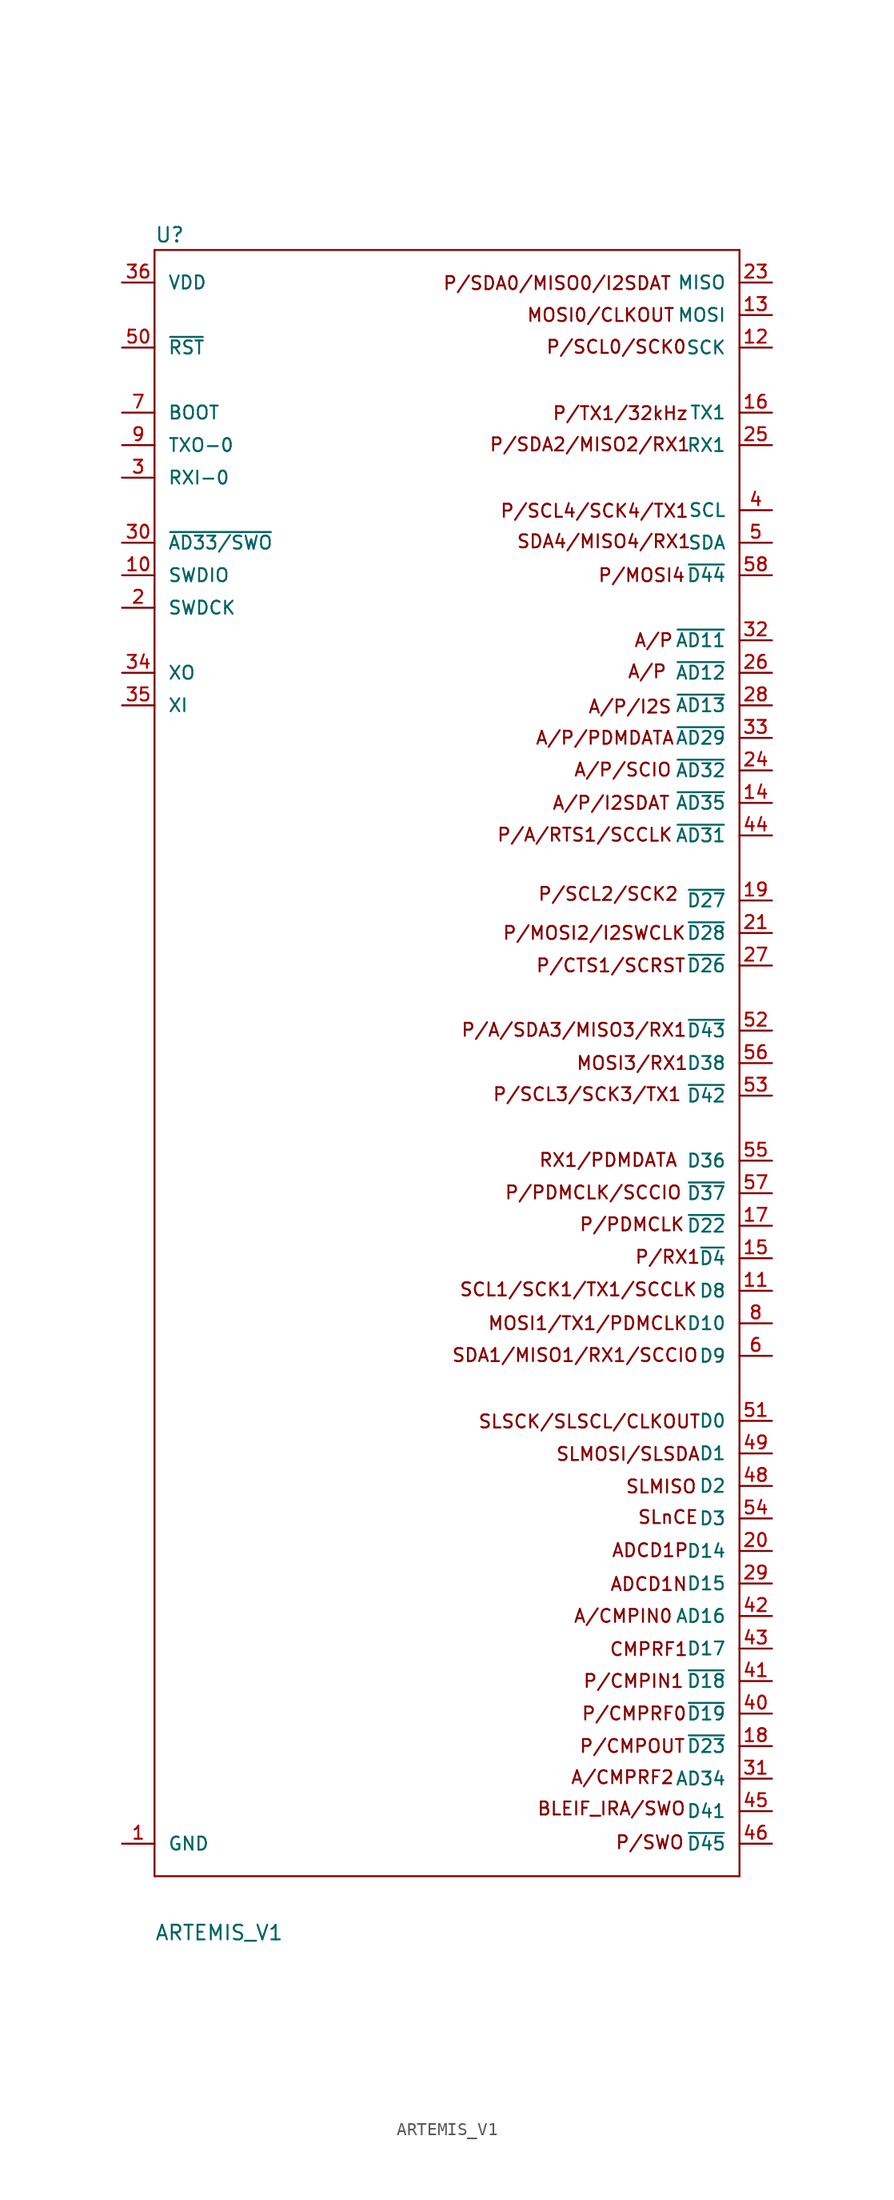
<source format=kicad_sym>
(kicad_symbol_lib
  (version 20201005)
  (generator kicad_symbol_editor)
  (symbol "ARTEMIS_V1"
    (pin_names
      (offset 1.016))
    (property "Reference" "U"
      (at -12.7 36.068 0)
      (effects (font (size 1.143 1.143)) (justify left bottom)))
    (property "Value" "ARTEMIS_V1"
      (at -12.7 -96.52 0)
      (effects (font (size 1.143 1.143)) (justify left bottom)))
    (property "ki_locked" ""
      (at 0 0 0)
      (effects (font (size 1.27 1.27))))
    (symbol "ARTEMIS_V1_1_0"
      (text "A/CMPIN0" (at 23.927 -71.12 0) (effects (font (size 1.016 1.016))))
      (text "A/CMPRF2" (at 23.876 -83.718 0) (effects (font (size 1.016 1.016))))
      (text "A/P" (at 25.806 2.642 0) (effects (font (size 1.016 1.016))))
      (text "A/P" (at 26.314 5.08 0) (effects (font (size 1.016 1.016))))
      (text "A/P/I2S" (at 24.46 -0.102 0) (effects (font (size 1.016 1.016))))
      (text "A/P/I2SDAT" (at 22.987 -7.62 0) (effects (font (size 1.016 1.016))))
      (text "A/P/PDMDATA" (at 22.504 -2.54 0) (effects (font (size 1.016 1.016))))
      (text "A/P/SCIO" (at 23.901 -5.029 0) (effects (font (size 1.016 1.016))))
      (text "ADCD1N" (at 25.933 -68.631 0) (effects (font (size 1.016 1.016))))
      (text "ADCD1P" (at 26.035 -65.989 0) (effects (font (size 1.016 1.016))))
      (text "BLEIF_IRA/SWO" (at 23.012 -86.157 0) (effects (font (size 1.016 1.016))))
      (text "CMPRF1" (at 25.933 -73.711 0) (effects (font (size 1.016 1.016))))
      (text "MOSI0/CLKOUT" (at 22.174 30.48 0) (effects (font (size 1.016 1.016))))
      (text "MOSI1/TX1/PDMCLK" (at 21.158 -48.26 0) (effects (font (size 1.016 1.016))))
      (text "MOSI3/RX1" (at 24.638 -27.94 0) (effects (font (size 1.016 1.016))))
      (text "P/A/RTS1/SCCLK" (at 20.93 -10.109 0) (effects (font (size 1.016 1.016))))
      (text "P/A/SDA3/MISO3/RX1" (at 20.091 -25.349 0) (effects (font (size 1.016 1.016))))
      (text "P/CMPIN1" (at 24.74 -76.2 0) (effects (font (size 1.016 1.016))))
      (text "P/CMPOUT" (at 24.638 -81.28 0) (effects (font (size 1.016 1.016))))
      (text "P/CMPRF0" (at 24.79 -78.74 0) (effects (font (size 1.016 1.016))))
      (text "P/CTS1/SCRST" (at 22.962 -20.32 0) (effects (font (size 1.016 1.016))))
      (text "P/MOSI2/I2SWCLK" (at 21.666 -17.78 0) (effects (font (size 1.016 1.016))))
      (text "P/MOSI4" (at 25.375 10.16 0) (effects (font (size 1.016 1.016))))
      (text "P/PDMCLK" (at 24.613 -40.538 0) (effects (font (size 1.016 1.016))))
      (text "P/PDMCLK/SCCIO" (at 21.59 -38.049 0) (effects (font (size 1.016 1.016))))
      (text "P/RX1" (at 27.407 -43.078 0) (effects (font (size 1.016 1.016))))
      (text "P/SCL0/SCK0" (at 23.393 27.991 0) (effects (font (size 1.016 1.016))))
      (text "P/SCL2/SCK2" (at 22.758 -14.732 0) (effects (font (size 1.016 1.016))))
      (text "P/SCL3/SCK3/TX1" (at 21.107 -30.378 0) (effects (font (size 1.016 1.016))))
      (text "P/SCL4/SCK4/TX1" (at 21.692 15.189 0) (effects (font (size 1.016 1.016))))
      (text "P/SDA0/MISO0/I2SDAT" (at 18.771 32.969 0) (effects (font (size 1.016 1.016))))
      (text "P/SDA2/MISO2/RX1" (at 21.336 20.371 0) (effects (font (size 1.016 1.016))))
      (text "P/SWO" (at 26.01 -88.798 0) (effects (font (size 1.016 1.016))))
      (text "P/TX1/32kHz" (at 23.698 22.809 0) (effects (font (size 1.016 1.016))))
      (text "RX1/PDMDATA" (at 22.758 -35.509 0) (effects (font (size 1.016 1.016))))
      (text "SCL1/SCK1/TX1/SCCLK" (at 20.422 -45.618 0) (effects (font (size 1.016 1.016))))
      (text "SDA1/MISO1/RX1/SCCIO" (at 20.168 -50.749 0) (effects (font (size 1.016 1.016))))
      (text "SDA4/MISO4/RX1" (at 22.428 12.802 0) (effects (font (size 1.016 1.016))))
      (text "SLMISO" (at 26.899 -61.011 0) (effects (font (size 1.016 1.016))))
      (text "SLMOSI/SLSDA" (at 24.308 -58.471 0) (effects (font (size 1.016 1.016))))
      (text "SLnCE" (at 27.432 -63.398 0) (effects (font (size 1.016 1.016))))
      (text "SLSCK/SLSCL/CLKOUT" (at 21.285 -55.931 0) (effects (font (size 1.016 1.016))))
      (polyline (pts (xy -12.7 -91.44) (xy -12.7 35.56)) (stroke (width 0)) (fill (type none)))
      (polyline (pts (xy -12.7 35.56) (xy 33.02 35.56)) (stroke (width 0)) (fill (type none)))
      (polyline (pts (xy 33.02 -91.44) (xy -12.7 -91.44)) (stroke (width 0)) (fill (type none)))
      (polyline (pts (xy 33.02 35.56) (xy 33.02 -91.44)) (stroke (width 0)) (fill (type none))))
    (symbol "ARTEMIS_V1_1_1"
      (pin bidirectional line (at -15.24 -88.9 0) (length 2.54) (name "GND" (effects (font (size 1.016 1.016)))) (number "1" (effects (font (size 1.016 1.016)))))
      (pin bidirectional line (at -15.24 10.16 0) (length 2.54) (name "SWDIO" (effects (font (size 1.016 1.016)))) (number "10" (effects (font (size 1.016 1.016)))))
      (pin bidirectional line (at 35.56 -45.72 180) (length 2.54) (name "D8" (effects (font (size 1.016 1.016)))) (number "11" (effects (font (size 1.016 1.016)))))
      (pin bidirectional line (at 35.56 27.94 180) (length 2.54) (name "SCK" (effects (font (size 1.016 1.016)))) (number "12" (effects (font (size 1.016 1.016)))))
      (pin bidirectional line (at 35.56 30.48 180) (length 2.54) (name "MOSI" (effects (font (size 1.016 1.016)))) (number "13" (effects (font (size 1.016 1.016)))))
      (pin bidirectional line (at 35.56 -7.62 180) (length 2.54) (name "~AD35" (effects (font (size 1.016 1.016)))) (number "14" (effects (font (size 1.016 1.016)))))
      (pin bidirectional line (at 35.56 -43.18 180) (length 2.54) (name "~D4" (effects (font (size 1.016 1.016)))) (number "15" (effects (font (size 1.016 1.016)))))
      (pin bidirectional line (at 35.56 22.86 180) (length 2.54) (name "TX1" (effects (font (size 1.016 1.016)))) (number "16" (effects (font (size 1.016 1.016)))))
      (pin bidirectional line (at 35.56 -40.64 180) (length 2.54) (name "~D22" (effects (font (size 1.016 1.016)))) (number "17" (effects (font (size 1.016 1.016)))))
      (pin bidirectional line (at 35.56 -81.28 180) (length 2.54) (name "~D23" (effects (font (size 1.016 1.016)))) (number "18" (effects (font (size 1.016 1.016)))))
      (pin bidirectional line (at 35.56 -15.24 180) (length 2.54) (name "~D27" (effects (font (size 1.016 1.016)))) (number "19" (effects (font (size 1.016 1.016)))))
      (pin bidirectional line (at -15.24 7.62 0) (length 2.54) (name "SWDCK" (effects (font (size 1.016 1.016)))) (number "2" (effects (font (size 1.016 1.016)))))
      (pin bidirectional line (at 35.56 -66.04 180) (length 2.54) (name "D14" (effects (font (size 1.016 1.016)))) (number "20" (effects (font (size 1.016 1.016)))))
      (pin bidirectional line (at 35.56 -17.78 180) (length 2.54) (name "~D28" (effects (font (size 1.016 1.016)))) (number "21" (effects (font (size 1.016 1.016)))))
      (pin bidirectional line (at -15.24 -88.9 0) (length 2.54) hide (name "GND" (effects (font (size 1.016 1.016)))) (number "22" (effects (font (size 1.016 1.016)))))
      (pin bidirectional line (at 35.56 33.02 180) (length 2.54) (name "MISO" (effects (font (size 1.016 1.016)))) (number "23" (effects (font (size 1.016 1.016)))))
      (pin bidirectional line (at 35.56 -5.08 180) (length 2.54) (name "~AD32" (effects (font (size 1.016 1.016)))) (number "24" (effects (font (size 1.016 1.016)))))
      (pin bidirectional line (at 35.56 20.32 180) (length 2.54) (name "RX1" (effects (font (size 1.016 1.016)))) (number "25" (effects (font (size 1.016 1.016)))))
      (pin bidirectional line (at 35.56 2.54 180) (length 2.54) (name "~AD12" (effects (font (size 1.016 1.016)))) (number "26" (effects (font (size 1.016 1.016)))))
      (pin bidirectional line (at 35.56 -20.32 180) (length 2.54) (name "~D26" (effects (font (size 1.016 1.016)))) (number "27" (effects (font (size 1.016 1.016)))))
      (pin bidirectional line (at 35.56 0 180) (length 2.54) (name "~AD13" (effects (font (size 1.016 1.016)))) (number "28" (effects (font (size 1.016 1.016)))))
      (pin bidirectional line (at 35.56 -68.58 180) (length 2.54) (name "D15" (effects (font (size 1.016 1.016)))) (number "29" (effects (font (size 1.016 1.016)))))
      (pin bidirectional line (at -15.24 17.78 0) (length 2.54) (name "RXI-0" (effects (font (size 1.016 1.016)))) (number "3" (effects (font (size 1.016 1.016)))))
      (pin bidirectional line (at -15.24 12.7 0) (length 2.54) (name "~AD33/SWO" (effects (font (size 1.016 1.016)))) (number "30" (effects (font (size 1.016 1.016)))))
      (pin bidirectional line (at 35.56 -83.82 180) (length 2.54) (name "AD34" (effects (font (size 1.016 1.016)))) (number "31" (effects (font (size 1.016 1.016)))))
      (pin bidirectional line (at 35.56 5.08 180) (length 2.54) (name "~AD11" (effects (font (size 1.016 1.016)))) (number "32" (effects (font (size 1.016 1.016)))))
      (pin bidirectional line (at 35.56 -2.54 180) (length 2.54) (name "~AD29" (effects (font (size 1.016 1.016)))) (number "33" (effects (font (size 1.016 1.016)))))
      (pin bidirectional line (at -15.24 2.54 0) (length 2.54) (name "XO" (effects (font (size 1.016 1.016)))) (number "34" (effects (font (size 1.016 1.016)))))
      (pin bidirectional line (at -15.24 0 0) (length 2.54) (name "XI" (effects (font (size 1.016 1.016)))) (number "35" (effects (font (size 1.016 1.016)))))
      (pin bidirectional line (at -15.24 33.02 0) (length 2.54) (name "VDD" (effects (font (size 1.016 1.016)))) (number "36" (effects (font (size 1.016 1.016)))))
      (pin bidirectional line (at -15.24 33.02 0) (length 2.54) hide (name "VDD" (effects (font (size 1.016 1.016)))) (number "37" (effects (font (size 1.016 1.016)))))
      (pin bidirectional line (at -15.24 -88.9 0) (length 2.54) hide (name "GND" (effects (font (size 1.016 1.016)))) (number "38" (effects (font (size 1.016 1.016)))))
      (pin bidirectional line (at -15.24 -88.9 0) (length 2.54) hide (name "GND" (effects (font (size 1.016 1.016)))) (number "39" (effects (font (size 1.016 1.016)))))
      (pin bidirectional line (at 35.56 15.24 180) (length 2.54) (name "SCL" (effects (font (size 1.016 1.016)))) (number "4" (effects (font (size 1.016 1.016)))))
      (pin bidirectional line (at 35.56 -78.74 180) (length 2.54) (name "~D19" (effects (font (size 1.016 1.016)))) (number "40" (effects (font (size 1.016 1.016)))))
      (pin bidirectional line (at 35.56 -76.2 180) (length 2.54) (name "~D18" (effects (font (size 1.016 1.016)))) (number "41" (effects (font (size 1.016 1.016)))))
      (pin bidirectional line (at 35.56 -71.12 180) (length 2.54) (name "AD16" (effects (font (size 1.016 1.016)))) (number "42" (effects (font (size 1.016 1.016)))))
      (pin bidirectional line (at 35.56 -73.66 180) (length 2.54) (name "D17" (effects (font (size 1.016 1.016)))) (number "43" (effects (font (size 1.016 1.016)))))
      (pin bidirectional line (at 35.56 -10.16 180) (length 2.54) (name "~AD31" (effects (font (size 1.016 1.016)))) (number "44" (effects (font (size 1.016 1.016)))))
      (pin bidirectional line (at 35.56 -86.36 180) (length 2.54) (name "D41" (effects (font (size 1.016 1.016)))) (number "45" (effects (font (size 1.016 1.016)))))
      (pin bidirectional line (at 35.56 -88.9 180) (length 2.54) (name "~D45" (effects (font (size 1.016 1.016)))) (number "46" (effects (font (size 1.016 1.016)))))
      (pin bidirectional line (at -15.24 -88.9 0) (length 2.54) hide (name "GND" (effects (font (size 1.016 1.016)))) (number "47" (effects (font (size 1.016 1.016)))))
      (pin bidirectional line (at 35.56 -60.96 180) (length 2.54) (name "D2" (effects (font (size 1.016 1.016)))) (number "48" (effects (font (size 1.016 1.016)))))
      (pin bidirectional line (at 35.56 -58.42 180) (length 2.54) (name "D1" (effects (font (size 1.016 1.016)))) (number "49" (effects (font (size 1.016 1.016)))))
      (pin bidirectional line (at 35.56 12.7 180) (length 2.54) (name "SDA" (effects (font (size 1.016 1.016)))) (number "5" (effects (font (size 1.016 1.016)))))
      (pin bidirectional line (at -15.24 27.94 0) (length 2.54) (name "~RST" (effects (font (size 1.016 1.016)))) (number "50" (effects (font (size 1.016 1.016)))))
      (pin bidirectional line (at 35.56 -55.88 180) (length 2.54) (name "D0" (effects (font (size 1.016 1.016)))) (number "51" (effects (font (size 1.016 1.016)))))
      (pin bidirectional line (at 35.56 -25.4 180) (length 2.54) (name "~D43" (effects (font (size 1.016 1.016)))) (number "52" (effects (font (size 1.016 1.016)))))
      (pin bidirectional line (at 35.56 -30.48 180) (length 2.54) (name "~D42" (effects (font (size 1.016 1.016)))) (number "53" (effects (font (size 1.016 1.016)))))
      (pin bidirectional line (at 35.56 -63.5 180) (length 2.54) (name "D3" (effects (font (size 1.016 1.016)))) (number "54" (effects (font (size 1.016 1.016)))))
      (pin bidirectional line (at 35.56 -35.56 180) (length 2.54) (name "D36" (effects (font (size 1.016 1.016)))) (number "55" (effects (font (size 1.016 1.016)))))
      (pin bidirectional line (at 35.56 -27.94 180) (length 2.54) (name "D38" (effects (font (size 1.016 1.016)))) (number "56" (effects (font (size 1.016 1.016)))))
      (pin bidirectional line (at 35.56 -38.1 180) (length 2.54) (name "~D37" (effects (font (size 1.016 1.016)))) (number "57" (effects (font (size 1.016 1.016)))))
      (pin bidirectional line (at 35.56 10.16 180) (length 2.54) (name "~D44" (effects (font (size 1.016 1.016)))) (number "58" (effects (font (size 1.016 1.016)))))
      (pin bidirectional line (at -15.24 -88.9 0) (length 2.54) hide (name "GND" (effects (font (size 1.016 1.016)))) (number "59" (effects (font (size 1.016 1.016)))))
      (pin bidirectional line (at 35.56 -50.8 180) (length 2.54) (name "D9" (effects (font (size 1.016 1.016)))) (number "6" (effects (font (size 1.016 1.016)))))
      (pin bidirectional line (at -15.24 22.86 0) (length 2.54) (name "BOOT" (effects (font (size 1.016 1.016)))) (number "7" (effects (font (size 1.016 1.016)))))
      (pin bidirectional line (at 35.56 -48.26 180) (length 2.54) (name "D10" (effects (font (size 1.016 1.016)))) (number "8" (effects (font (size 1.016 1.016)))))
      (pin bidirectional line (at -15.24 20.32 0) (length 2.54) (name "TXO-0" (effects (font (size 1.016 1.016)))) (number "9" (effects (font (size 1.016 1.016))))))))
</source>
